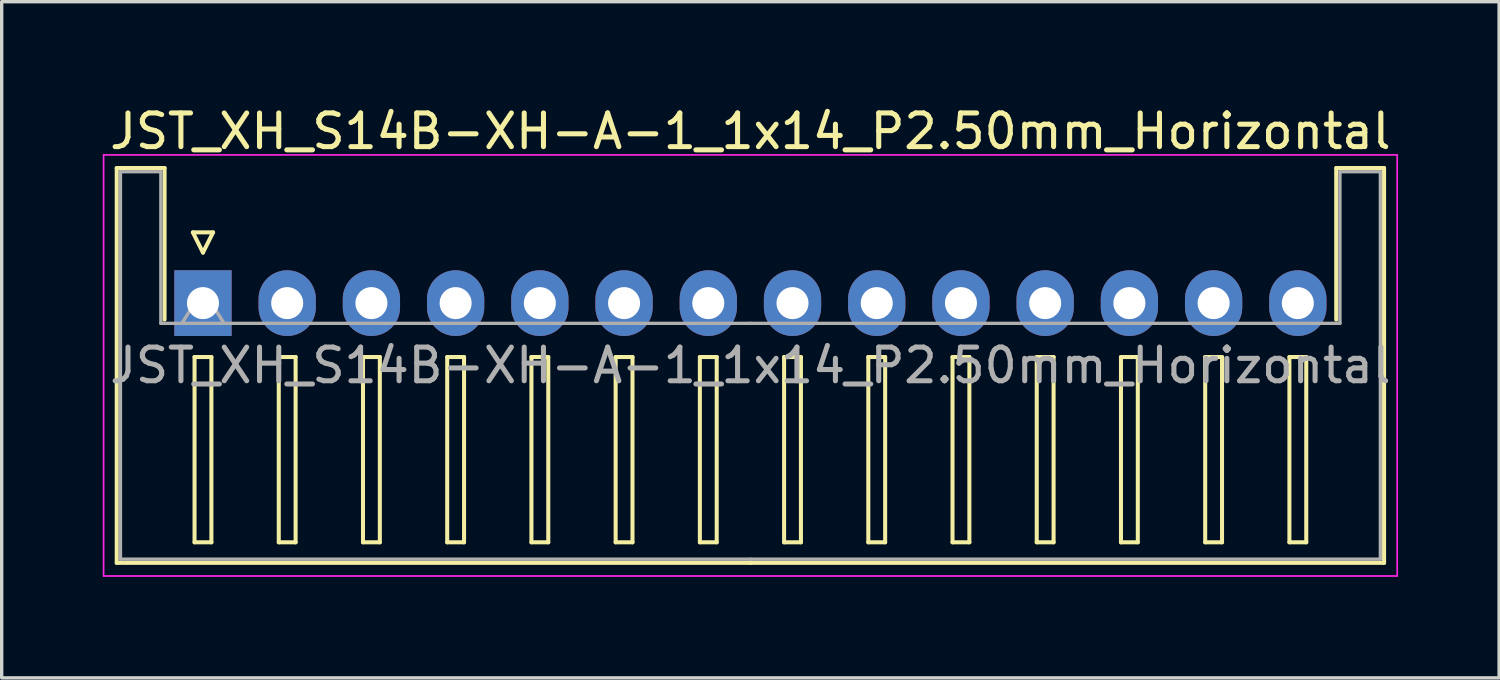
<source format=kicad_pcb>
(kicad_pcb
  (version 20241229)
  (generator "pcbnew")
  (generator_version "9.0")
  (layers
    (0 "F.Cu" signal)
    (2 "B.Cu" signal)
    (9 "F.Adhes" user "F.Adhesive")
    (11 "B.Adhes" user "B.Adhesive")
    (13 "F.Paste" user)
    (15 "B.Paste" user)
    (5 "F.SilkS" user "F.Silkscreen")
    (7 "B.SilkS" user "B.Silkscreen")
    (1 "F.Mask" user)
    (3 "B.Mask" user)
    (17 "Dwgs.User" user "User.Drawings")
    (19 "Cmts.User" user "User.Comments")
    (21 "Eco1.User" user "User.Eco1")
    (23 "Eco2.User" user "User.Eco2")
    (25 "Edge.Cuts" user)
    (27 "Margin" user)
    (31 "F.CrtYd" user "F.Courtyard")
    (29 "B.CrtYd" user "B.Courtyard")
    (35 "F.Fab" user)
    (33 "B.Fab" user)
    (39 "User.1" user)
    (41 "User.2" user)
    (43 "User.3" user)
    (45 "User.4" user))
  (footprint "JST_XH_S14B-XH-A-1_1x14_P2.50mm_Horizontal"
    (layer "F.Cu")
    (at 2.975 5.948)
    (property "Reference" "JST_XH_S14B-XH-A-1_1x14_P2.50mm_Horizontal" (at 16.25 -5.1 0) (layer "F.SilkS") (effects (font (size 1 1) (thickness 0.15))))
    (attr through_hole)
    (fp_line (start -2.56 -4.01) (end -1.14 -4.01) (stroke (width 0.12) (type solid)) (layer "F.SilkS"))
    (fp_line (start -2.56 7.71) (end -2.56 -4.01) (stroke (width 0.12) (type solid)) (layer "F.SilkS"))
    (fp_line (start -1.14 -4.01) (end -1.14 0.49) (stroke (width 0.12) (type solid)) (layer "F.SilkS"))
    (fp_line (start -0.3 -2.1) (end 0.3 -2.1) (stroke (width 0.12) (type solid)) (layer "F.SilkS"))
    (fp_line (start -0.25 1.6) (end -0.25 7.1) (stroke (width 0.12) (type solid)) (layer "F.SilkS"))
    (fp_line (start -0.25 7.1) (end 0.25 7.1) (stroke (width 0.12) (type solid)) (layer "F.SilkS"))
    (fp_line (start 0 -1.5) (end -0.3 -2.1) (stroke (width 0.12) (type solid)) (layer "F.SilkS"))
    (fp_line (start 0.25 1.6) (end -0.25 1.6) (stroke (width 0.12) (type solid)) (layer "F.SilkS"))
    (fp_line (start 0.25 7.1) (end 0.25 1.6) (stroke (width 0.12) (type solid)) (layer "F.SilkS"))
    (fp_line (start 0.3 -2.1) (end 0 -1.5) (stroke (width 0.12) (type solid)) (layer "F.SilkS"))
    (fp_line (start 2.25 1.6) (end 2.25 7.1) (stroke (width 0.12) (type solid)) (layer "F.SilkS"))
    (fp_line (start 2.25 7.1) (end 2.75 7.1) (stroke (width 0.12) (type solid)) (layer "F.SilkS"))
    (fp_line (start 2.75 1.6) (end 2.25 1.6) (stroke (width 0.12) (type solid)) (layer "F.SilkS"))
    (fp_line (start 2.75 7.1) (end 2.75 1.6) (stroke (width 0.12) (type solid)) (layer "F.SilkS"))
    (fp_line (start 4.75 1.6) (end 4.75 7.1) (stroke (width 0.12) (type solid)) (layer "F.SilkS"))
    (fp_line (start 4.75 7.1) (end 5.25 7.1) (stroke (width 0.12) (type solid)) (layer "F.SilkS"))
    (fp_line (start 5.25 1.6) (end 4.75 1.6) (stroke (width 0.12) (type solid)) (layer "F.SilkS"))
    (fp_line (start 5.25 7.1) (end 5.25 1.6) (stroke (width 0.12) (type solid)) (layer "F.SilkS"))
    (fp_line (start 7.25 1.6) (end 7.25 7.1) (stroke (width 0.12) (type solid)) (layer "F.SilkS"))
    (fp_line (start 7.25 7.1) (end 7.75 7.1) (stroke (width 0.12) (type solid)) (layer "F.SilkS"))
    (fp_line (start 7.75 1.6) (end 7.25 1.6) (stroke (width 0.12) (type solid)) (layer "F.SilkS"))
    (fp_line (start 7.75 7.1) (end 7.75 1.6) (stroke (width 0.12) (type solid)) (layer "F.SilkS"))
    (fp_line (start 9.75 1.6) (end 9.75 7.1) (stroke (width 0.12) (type solid)) (layer "F.SilkS"))
    (fp_line (start 9.75 7.1) (end 10.25 7.1) (stroke (width 0.12) (type solid)) (layer "F.SilkS"))
    (fp_line (start 10.25 1.6) (end 9.75 1.6) (stroke (width 0.12) (type solid)) (layer "F.SilkS"))
    (fp_line (start 10.25 7.1) (end 10.25 1.6) (stroke (width 0.12) (type solid)) (layer "F.SilkS"))
    (fp_line (start 12.25 1.6) (end 12.25 7.1) (stroke (width 0.12) (type solid)) (layer "F.SilkS"))
    (fp_line (start 12.25 7.1) (end 12.75 7.1) (stroke (width 0.12) (type solid)) (layer "F.SilkS"))
    (fp_line (start 12.75 1.6) (end 12.25 1.6) (stroke (width 0.12) (type solid)) (layer "F.SilkS"))
    (fp_line (start 12.75 7.1) (end 12.75 1.6) (stroke (width 0.12) (type solid)) (layer "F.SilkS"))
    (fp_line (start 14.75 1.6) (end 14.75 7.1) (stroke (width 0.12) (type solid)) (layer "F.SilkS"))
    (fp_line (start 14.75 7.1) (end 15.25 7.1) (stroke (width 0.12) (type solid)) (layer "F.SilkS"))
    (fp_line (start 15.25 1.6) (end 14.75 1.6) (stroke (width 0.12) (type solid)) (layer "F.SilkS"))
    (fp_line (start 15.25 7.1) (end 15.25 1.6) (stroke (width 0.12) (type solid)) (layer "F.SilkS"))
    (fp_line (start 16.25 7.71) (end -2.56 7.71) (stroke (width 0.12) (type solid)) (layer "F.SilkS"))
    (fp_line (start 16.25 7.71) (end 35.06 7.71) (stroke (width 0.12) (type solid)) (layer "F.SilkS"))
    (fp_line (start 17.25 1.6) (end 17.25 7.1) (stroke (width 0.12) (type solid)) (layer "F.SilkS"))
    (fp_line (start 17.25 7.1) (end 17.75 7.1) (stroke (width 0.12) (type solid)) (layer "F.SilkS"))
    (fp_line (start 17.75 1.6) (end 17.25 1.6) (stroke (width 0.12) (type solid)) (layer "F.SilkS"))
    (fp_line (start 17.75 7.1) (end 17.75 1.6) (stroke (width 0.12) (type solid)) (layer "F.SilkS"))
    (fp_line (start 19.75 1.6) (end 19.75 7.1) (stroke (width 0.12) (type solid)) (layer "F.SilkS"))
    (fp_line (start 19.75 7.1) (end 20.25 7.1) (stroke (width 0.12) (type solid)) (layer "F.SilkS"))
    (fp_line (start 20.25 1.6) (end 19.75 1.6) (stroke (width 0.12) (type solid)) (layer "F.SilkS"))
    (fp_line (start 20.25 7.1) (end 20.25 1.6) (stroke (width 0.12) (type solid)) (layer "F.SilkS"))
    (fp_line (start 22.25 1.6) (end 22.25 7.1) (stroke (width 0.12) (type solid)) (layer "F.SilkS"))
    (fp_line (start 22.25 7.1) (end 22.75 7.1) (stroke (width 0.12) (type solid)) (layer "F.SilkS"))
    (fp_line (start 22.75 1.6) (end 22.25 1.6) (stroke (width 0.12) (type solid)) (layer "F.SilkS"))
    (fp_line (start 22.75 7.1) (end 22.75 1.6) (stroke (width 0.12) (type solid)) (layer "F.SilkS"))
    (fp_line (start 24.75 1.6) (end 24.75 7.1) (stroke (width 0.12) (type solid)) (layer "F.SilkS"))
    (fp_line (start 24.75 7.1) (end 25.25 7.1) (stroke (width 0.12) (type solid)) (layer "F.SilkS"))
    (fp_line (start 25.25 1.6) (end 24.75 1.6) (stroke (width 0.12) (type solid)) (layer "F.SilkS"))
    (fp_line (start 25.25 7.1) (end 25.25 1.6) (stroke (width 0.12) (type solid)) (layer "F.SilkS"))
    (fp_line (start 27.25 1.6) (end 27.25 7.1) (stroke (width 0.12) (type solid)) (layer "F.SilkS"))
    (fp_line (start 27.25 7.1) (end 27.75 7.1) (stroke (width 0.12) (type solid)) (layer "F.SilkS"))
    (fp_line (start 27.75 1.6) (end 27.25 1.6) (stroke (width 0.12) (type solid)) (layer "F.SilkS"))
    (fp_line (start 27.75 7.1) (end 27.75 1.6) (stroke (width 0.12) (type solid)) (layer "F.SilkS"))
    (fp_line (start 29.75 1.6) (end 29.75 7.1) (stroke (width 0.12) (type solid)) (layer "F.SilkS"))
    (fp_line (start 29.75 7.1) (end 30.25 7.1) (stroke (width 0.12) (type solid)) (layer "F.SilkS"))
    (fp_line (start 30.25 1.6) (end 29.75 1.6) (stroke (width 0.12) (type solid)) (layer "F.SilkS"))
    (fp_line (start 30.25 7.1) (end 30.25 1.6) (stroke (width 0.12) (type solid)) (layer "F.SilkS"))
    (fp_line (start 32.25 1.6) (end 32.25 7.1) (stroke (width 0.12) (type solid)) (layer "F.SilkS"))
    (fp_line (start 32.25 7.1) (end 32.75 7.1) (stroke (width 0.12) (type solid)) (layer "F.SilkS"))
    (fp_line (start 32.75 1.6) (end 32.25 1.6) (stroke (width 0.12) (type solid)) (layer "F.SilkS"))
    (fp_line (start 32.75 7.1) (end 32.75 1.6) (stroke (width 0.12) (type solid)) (layer "F.SilkS"))
    (fp_line (start 33.64 -4.01) (end 33.64 0.49) (stroke (width 0.12) (type solid)) (layer "F.SilkS"))
    (fp_line (start 35.06 -4.01) (end 33.64 -4.01) (stroke (width 0.12) (type solid)) (layer "F.SilkS"))
    (fp_line (start 35.06 7.71) (end 35.06 -4.01) (stroke (width 0.12) (type solid)) (layer "F.SilkS"))
    (fp_line (start -2.95 -4.4) (end -2.95 8.1) (stroke (width 0.05) (type solid)) (layer "F.CrtYd"))
    (fp_line (start -2.95 8.1) (end 35.45 8.1) (stroke (width 0.05) (type solid)) (layer "F.CrtYd"))
    (fp_line (start 35.45 -4.4) (end -2.95 -4.4) (stroke (width 0.05) (type solid)) (layer "F.CrtYd"))
    (fp_line (start 35.45 8.1) (end 35.45 -4.4) (stroke (width 0.05) (type solid)) (layer "F.CrtYd"))
    (fp_line (start -2.45 -3.9) (end -1.25 -3.9) (stroke (width 0.1) (type solid)) (layer "F.Fab"))
    (fp_line (start -2.45 7.6) (end -2.45 -3.9) (stroke (width 0.1) (type solid)) (layer "F.Fab"))
    (fp_line (start -1.25 -3.9) (end -1.25 0.6) (stroke (width 0.1) (type solid)) (layer "F.Fab"))
    (fp_line (start -1.25 0.6) (end 16.25 0.6) (stroke (width 0.1) (type solid)) (layer "F.Fab"))
    (fp_line (start -0.625 0.6) (end 0 -0.4) (stroke (width 0.1) (type solid)) (layer "F.Fab"))
    (fp_line (start 0 -0.4) (end 0.625 0.6) (stroke (width 0.1) (type solid)) (layer "F.Fab"))
    (fp_line (start 16.25 7.6) (end -2.45 7.6) (stroke (width 0.1) (type solid)) (layer "F.Fab"))
    (fp_line (start 16.25 7.6) (end 34.95 7.6) (stroke (width 0.1) (type solid)) (layer "F.Fab"))
    (fp_line (start 33.75 -3.9) (end 33.75 0.6) (stroke (width 0.1) (type solid)) (layer "F.Fab"))
    (fp_line (start 33.75 0.6) (end 16.25 0.6) (stroke (width 0.1) (type solid)) (layer "F.Fab"))
    (fp_line (start 34.95 -3.9) (end 33.75 -3.9) (stroke (width 0.1) (type solid)) (layer "F.Fab"))
    (fp_line (start 34.95 7.6) (end 34.95 -3.9) (stroke (width 0.1) (type solid)) (layer "F.Fab"))
    (fp_text user "${REFERENCE}" (at 16.25 1.85 0) (layer "F.Fab") (effects (font (size 1 1) (thickness 0.15))))
    (pad "1" thru_hole rect (at 0 0) (size 1.7 1.95) (drill 0.95) (layers "*.Cu" "*.Mask"))
    (pad "2" thru_hole oval (at 2.5 0) (size 1.7 1.95) (drill 0.95) (layers "*.Cu" "*.Mask"))
    (pad "3" thru_hole oval (at 5 0) (size 1.7 1.95) (drill 0.95) (layers "*.Cu" "*.Mask"))
    (pad "4" thru_hole oval (at 7.5 0) (size 1.7 1.95) (drill 0.95) (layers "*.Cu" "*.Mask"))
    (pad "5" thru_hole oval (at 10 0) (size 1.7 1.95) (drill 0.95) (layers "*.Cu" "*.Mask"))
    (pad "6" thru_hole oval (at 12.5 0) (size 1.7 1.95) (drill 0.95) (layers "*.Cu" "*.Mask"))
    (pad "7" thru_hole oval (at 15 0) (size 1.7 1.95) (drill 0.95) (layers "*.Cu" "*.Mask"))
    (pad "8" thru_hole oval (at 17.5 0) (size 1.7 1.95) (drill 0.95) (layers "*.Cu" "*.Mask"))
    (pad "9" thru_hole oval (at 20 0) (size 1.7 1.95) (drill 0.95) (layers "*.Cu" "*.Mask"))
    (pad "10" thru_hole oval (at 22.5 0) (size 1.7 1.95) (drill 0.95) (layers "*.Cu" "*.Mask"))
    (pad "11" thru_hole oval (at 25 0) (size 1.7 1.95) (drill 0.95) (layers "*.Cu" "*.Mask"))
    (pad "12" thru_hole oval (at 27.5 0) (size 1.7 1.95) (drill 0.95) (layers "*.Cu" "*.Mask"))
    (pad "13" thru_hole oval (at 30 0) (size 1.7 1.95) (drill 0.95) (layers "*.Cu" "*.Mask"))
    (pad "14" thru_hole oval (at 32.5 0) (size 1.7 1.95) (drill 0.95) (layers "*.Cu" "*.Mask")))
  (gr_rect
    (start -3 -3)
    (end 41.45 17.073)
    (stroke (width 0.1) (type default))
    (fill no)
    (layer "Edge.Cuts")))
</source>
